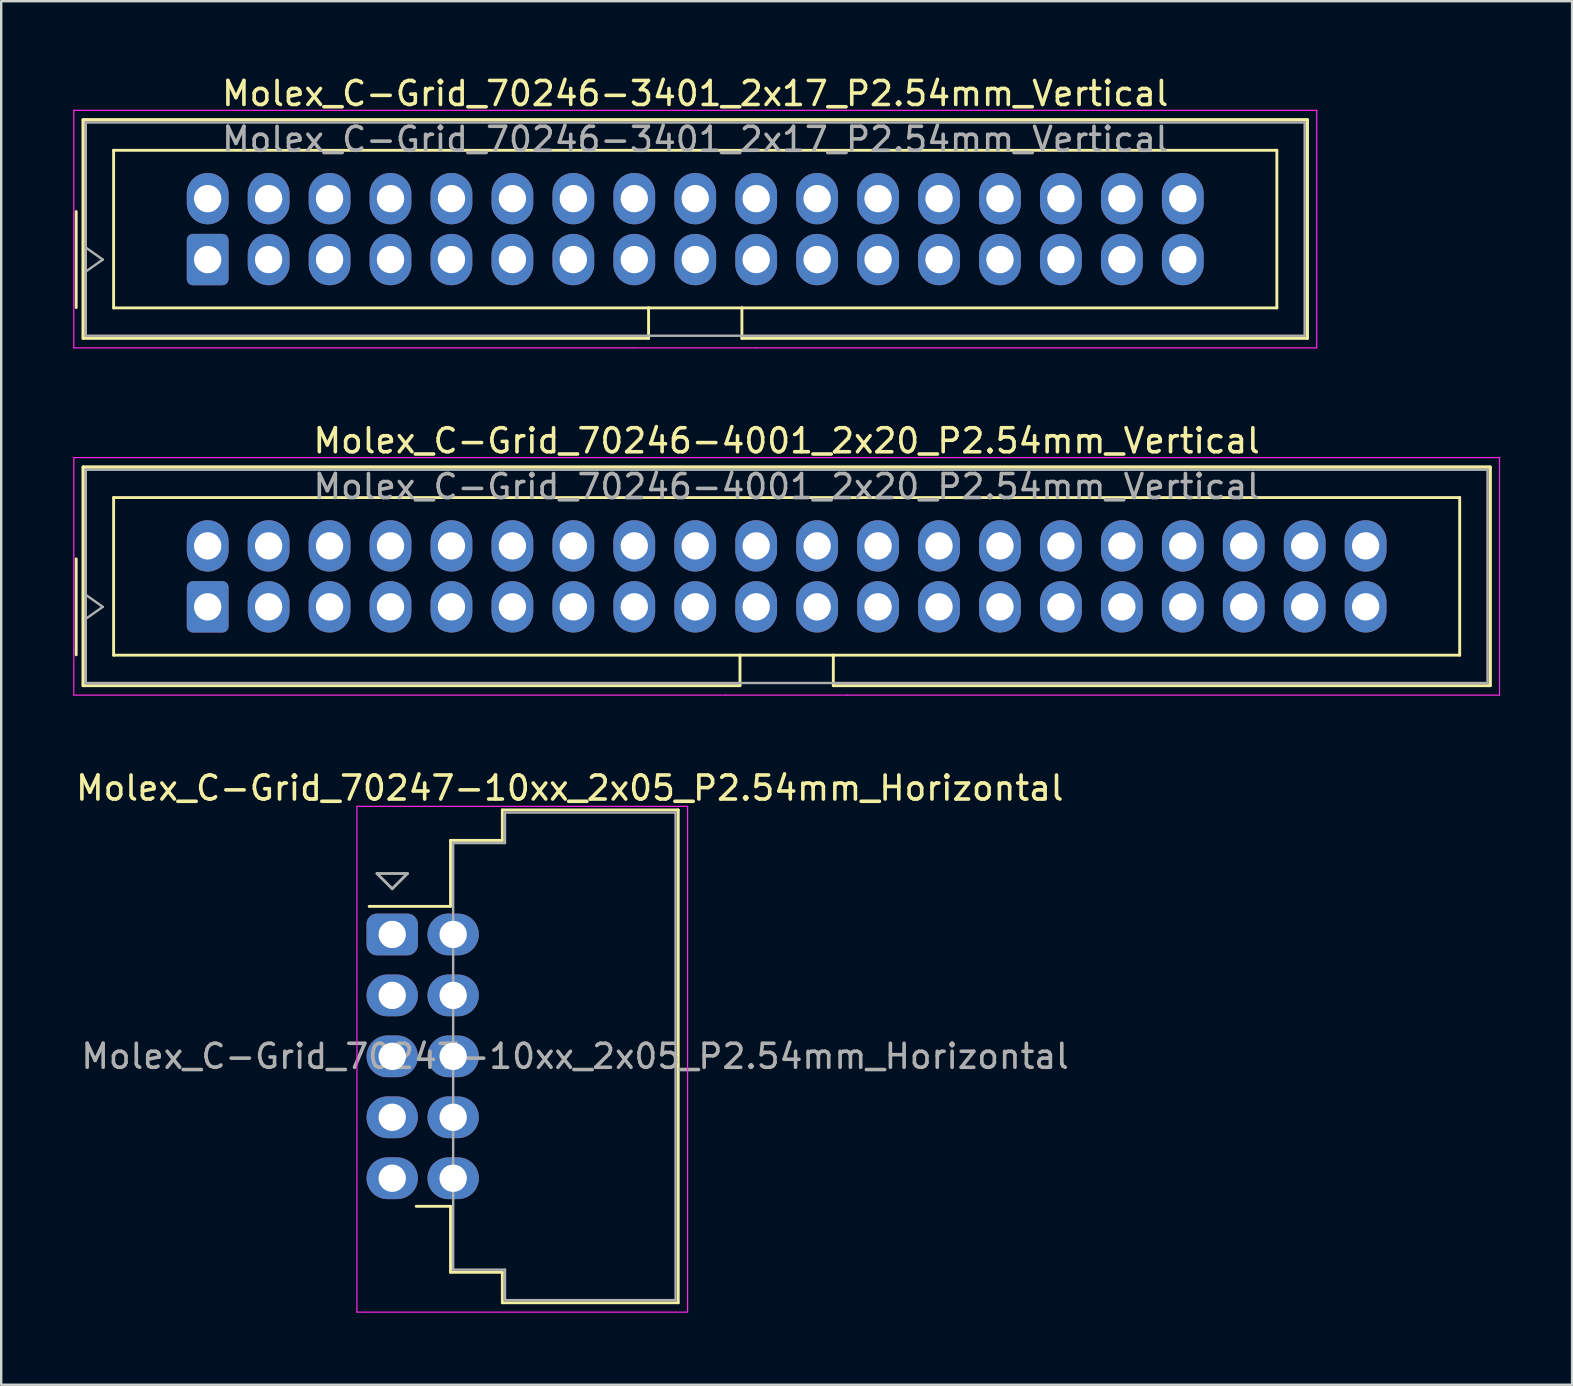
<source format=kicad_pcb>
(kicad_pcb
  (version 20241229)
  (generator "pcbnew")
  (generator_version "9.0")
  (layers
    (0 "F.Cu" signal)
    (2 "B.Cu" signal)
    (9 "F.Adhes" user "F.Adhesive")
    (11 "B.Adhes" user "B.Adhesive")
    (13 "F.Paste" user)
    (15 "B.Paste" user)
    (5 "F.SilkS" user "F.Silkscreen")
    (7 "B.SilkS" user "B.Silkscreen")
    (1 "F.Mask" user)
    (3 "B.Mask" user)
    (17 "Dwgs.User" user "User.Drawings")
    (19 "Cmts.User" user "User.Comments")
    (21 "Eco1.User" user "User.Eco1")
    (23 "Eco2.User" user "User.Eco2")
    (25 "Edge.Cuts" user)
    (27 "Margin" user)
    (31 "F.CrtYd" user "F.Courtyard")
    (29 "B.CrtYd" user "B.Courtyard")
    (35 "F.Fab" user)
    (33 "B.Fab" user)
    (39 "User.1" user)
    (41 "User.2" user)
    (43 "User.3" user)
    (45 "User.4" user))
  (footprint "Molex_C-Grid_70247-10xx_2x05_P2.54mm_Horizontal"
    (layer "F.Cu")
    (at 13.296 35.895)
    (property "Reference" "Molex_C-Grid_70247-10xx_2x05_P2.54mm_Horizontal" (at 7.4 -6.1 0) (layer "F.SilkS") (effects (font (size 1 1) (thickness 0.15))))
    (attr through_hole)
    (fp_line (start 2.43 -3.92) (end 2.43 -1.17) (stroke (width 0.12) (type solid)) (layer "F.SilkS"))
    (fp_line (start 2.43 -1.17) (end -0.96 -1.17) (stroke (width 0.12) (type solid)) (layer "F.SilkS"))
    (fp_line (start 2.43 11.33) (end 1 11.33) (stroke (width 0.12) (type solid)) (layer "F.SilkS"))
    (fp_line (start 2.43 14.08) (end 2.43 11.33) (stroke (width 0.12) (type solid)) (layer "F.SilkS"))
    (fp_line (start 4.59 -5.19) (end 4.59 -3.92) (stroke (width 0.12) (type solid)) (layer "F.SilkS"))
    (fp_line (start 4.59 -5.19) (end 11.92 -5.19) (stroke (width 0.12) (type solid)) (layer "F.SilkS"))
    (fp_line (start 4.59 -3.92) (end 2.43 -3.92) (stroke (width 0.12) (type solid)) (layer "F.SilkS"))
    (fp_line (start 4.59 14.08) (end 2.43 14.08) (stroke (width 0.12) (type solid)) (layer "F.SilkS"))
    (fp_line (start 4.59 15.35) (end 4.59 14.08) (stroke (width 0.12) (type solid)) (layer "F.SilkS"))
    (fp_line (start 11.92 -5.19) (end 11.92 15.35) (stroke (width 0.12) (type solid)) (layer "F.SilkS"))
    (fp_line (start 11.92 15.35) (end 4.59 15.35) (stroke (width 0.12) (type solid)) (layer "F.SilkS"))
    (fp_line (start -1.47 -5.34) (end 12.31 -5.34) (stroke (width 0.05) (type solid)) (layer "F.CrtYd"))
    (fp_line (start -1.47 15.74) (end -1.47 -5.34) (stroke (width 0.05) (type solid)) (layer "F.CrtYd"))
    (fp_line (start 12.31 -5.34) (end 12.31 15.74) (stroke (width 0.05) (type solid)) (layer "F.CrtYd"))
    (fp_line (start 12.31 15.74) (end -1.47 15.74) (stroke (width 0.05) (type solid)) (layer "F.CrtYd"))
    (fp_line (start -0.635 -2.54) (end 0.635 -2.54) (stroke (width 0.12) (type solid)) (layer "F.Fab"))
    (fp_line (start 0 -1.905) (end -0.635 -2.54) (stroke (width 0.12) (type solid)) (layer "F.Fab"))
    (fp_line (start 0.635 -2.54) (end 0 -1.905) (stroke (width 0.12) (type solid)) (layer "F.Fab"))
    (fp_line (start 2.54 -3.81) (end 2.54 13.97) (stroke (width 0.1) (type solid)) (layer "F.Fab"))
    (fp_line (start 4.7 -5.08) (end 4.7 -3.81) (stroke (width 0.1) (type solid)) (layer "F.Fab"))
    (fp_line (start 4.7 -3.81) (end 2.54 -3.81) (stroke (width 0.1) (type solid)) (layer "F.Fab"))
    (fp_line (start 4.7 13.97) (end 2.54 13.97) (stroke (width 0.1) (type solid)) (layer "F.Fab"))
    (fp_line (start 4.7 15.24) (end 4.7 13.97) (stroke (width 0.1) (type solid)) (layer "F.Fab"))
    (fp_line (start 4.7 15.24) (end 11.81 15.24) (stroke (width 0.1) (type solid)) (layer "F.Fab"))
    (fp_line (start 11.81 -5.08) (end 4.7 -5.08) (stroke (width 0.1) (type solid)) (layer "F.Fab"))
    (fp_line (start 11.81 15.24) (end 11.81 -5.08) (stroke (width 0.1) (type solid)) (layer "F.Fab"))
    (fp_text user "${REFERENCE}" (at 7.62 5.08 0) (layer "F.Fab") (effects (font (size 1 1) (thickness 0.15))))
    (pad "1" thru_hole roundrect (at 0 0) (size 2.14 1.74) (drill 1.14) (layers "*.Cu" "*.Mask") (roundrect_rratio 0.25))
    (pad "2" thru_hole oval (at 2.54 0) (size 2.14 1.74) (drill 1.14) (layers "*.Cu" "*.Mask"))
    (pad "3" thru_hole oval (at 0 2.54) (size 2.14 1.74) (drill 1.14) (layers "*.Cu" "*.Mask"))
    (pad "4" thru_hole oval (at 2.54 2.54) (size 2.14 1.74) (drill 1.14) (layers "*.Cu" "*.Mask"))
    (pad "5" thru_hole oval (at 0 5.08) (size 2.14 1.74) (drill 1.14) (layers "*.Cu" "*.Mask"))
    (pad "6" thru_hole oval (at 2.54 5.08) (size 2.14 1.74) (drill 1.14) (layers "*.Cu" "*.Mask"))
    (pad "7" thru_hole oval (at 0 7.62) (size 2.14 1.74) (drill 1.14) (layers "*.Cu" "*.Mask"))
    (pad "8" thru_hole oval (at 2.54 7.62) (size 2.14 1.74) (drill 1.14) (layers "*.Cu" "*.Mask"))
    (pad "9" thru_hole oval (at 0 10.16) (size 2.14 1.74) (drill 1.14) (layers "*.Cu" "*.Mask"))
    (pad "10" thru_hole oval (at 2.54 10.16) (size 2.14 1.74) (drill 1.14) (layers "*.Cu" "*.Mask")))
  (footprint "Molex_C-Grid_70246-4001_2x20_P2.54mm_Vertical"
    (layer "F.Cu")
    (at 5.605 22.241)
    (property "Reference" "Molex_C-Grid_70246-4001_2x20_P2.54mm_Vertical" (at 24.13 -6.92 0) (layer "F.SilkS") (effects (font (size 1 1) (thickness 0.15))))
    (attr through_hole)
    (fp_line (start -5.48 -2) (end -5.48 2) (stroke (width 0.12) (type solid)) (layer "F.SilkS"))
    (fp_line (start -5.19 -5.825) (end 53.45 -5.825) (stroke (width 0.12) (type solid)) (layer "F.SilkS"))
    (fp_line (start -5.19 -5.825) (end 53.45 -5.825) (stroke (width 0.12) (type solid)) (layer "F.SilkS"))
    (fp_line (start -5.19 3.285) (end -5.19 -5.825) (stroke (width 0.12) (type solid)) (layer "F.SilkS"))
    (fp_line (start -5.19 3.285) (end -5.19 -5.825) (stroke (width 0.12) (type solid)) (layer "F.SilkS"))
    (fp_line (start -3.92 -4.555) (end -3.92 2.015) (stroke (width 0.12) (type solid)) (layer "F.SilkS"))
    (fp_line (start -3.92 2.015) (end 22.185 2.015) (stroke (width 0.12) (type solid)) (layer "F.SilkS"))
    (fp_line (start 22.185 2.015) (end 22.185 3.285) (stroke (width 0.12) (type solid)) (layer "F.SilkS"))
    (fp_line (start 22.185 2.015) (end 26.075 2.015) (stroke (width 0.12) (type solid)) (layer "F.SilkS"))
    (fp_line (start 22.185 3.285) (end -5.19 3.285) (stroke (width 0.12) (type solid)) (layer "F.SilkS"))
    (fp_line (start 26.075 2.015) (end 52.18 2.015) (stroke (width 0.12) (type solid)) (layer "F.SilkS"))
    (fp_line (start 26.075 3.285) (end 26.075 2.015) (stroke (width 0.12) (type solid)) (layer "F.SilkS"))
    (fp_line (start 52.18 -4.555) (end -3.92 -4.555) (stroke (width 0.12) (type solid)) (layer "F.SilkS"))
    (fp_line (start 52.18 2.015) (end 52.18 -4.555) (stroke (width 0.12) (type solid)) (layer "F.SilkS"))
    (fp_line (start 53.45 -5.825) (end 53.45 3.285) (stroke (width 0.12) (type solid)) (layer "F.SilkS"))
    (fp_line (start 53.45 -5.825) (end 53.45 3.285) (stroke (width 0.12) (type solid)) (layer "F.SilkS"))
    (fp_line (start 53.45 3.285) (end 26.075 3.285) (stroke (width 0.12) (type solid)) (layer "F.SilkS"))
    (fp_line (start -5.58 -6.22) (end -5.58 3.68) (stroke (width 0.05) (type solid)) (layer "F.CrtYd"))
    (fp_line (start -5.58 3.68) (end 21.58 3.68) (stroke (width 0.05) (type solid)) (layer "F.CrtYd"))
    (fp_line (start 21.58 3.68) (end 26.68 3.68) (stroke (width 0.05) (type solid)) (layer "F.CrtYd"))
    (fp_line (start 26.68 3.68) (end 53.84 3.68) (stroke (width 0.05) (type solid)) (layer "F.CrtYd"))
    (fp_line (start 53.84 -6.22) (end -5.58 -6.22) (stroke (width 0.05) (type solid)) (layer "F.CrtYd"))
    (fp_line (start 53.84 3.68) (end 53.84 -6.22) (stroke (width 0.05) (type solid)) (layer "F.CrtYd"))
    (fp_line (start -5.08 -5.715) (end -5.08 3.175) (stroke (width 0.1) (type solid)) (layer "F.Fab"))
    (fp_line (start -5.08 -0.5) (end -4.373 0) (stroke (width 0.1) (type solid)) (layer "F.Fab"))
    (fp_line (start -5.08 3.175) (end 53.34 3.175) (stroke (width 0.1) (type solid)) (layer "F.Fab"))
    (fp_line (start -4.373 0) (end -5.08 0.5) (stroke (width 0.1) (type solid)) (layer "F.Fab"))
    (fp_line (start 53.34 -5.715) (end -5.08 -5.715) (stroke (width 0.1) (type solid)) (layer "F.Fab"))
    (fp_line (start 53.34 3.175) (end 53.34 -5.715) (stroke (width 0.1) (type solid)) (layer "F.Fab"))
    (fp_text user "${REFERENCE}" (at 24.13 -5.01 0) (layer "F.Fab") (effects (font (size 1 1) (thickness 0.15))))
    (pad "1" thru_hole roundrect (at 0 0) (size 1.74 2.14) (drill 1.14) (layers "*.Cu" "*.Mask") (roundrect_rratio 0.144))
    (pad "2" thru_hole oval (at 0 -2.54) (size 1.74 2.14) (drill 1.14) (layers "*.Cu" "*.Mask"))
    (pad "3" thru_hole oval (at 2.54 0) (size 1.74 2.14) (drill 1.14) (layers "*.Cu" "*.Mask"))
    (pad "4" thru_hole oval (at 2.54 -2.54) (size 1.74 2.14) (drill 1.14) (layers "*.Cu" "*.Mask"))
    (pad "5" thru_hole oval (at 5.08 0) (size 1.74 2.14) (drill 1.14) (layers "*.Cu" "*.Mask"))
    (pad "6" thru_hole oval (at 5.08 -2.54) (size 1.74 2.14) (drill 1.14) (layers "*.Cu" "*.Mask"))
    (pad "7" thru_hole oval (at 7.62 0) (size 1.74 2.14) (drill 1.14) (layers "*.Cu" "*.Mask"))
    (pad "8" thru_hole oval (at 7.62 -2.54) (size 1.74 2.14) (drill 1.14) (layers "*.Cu" "*.Mask"))
    (pad "9" thru_hole oval (at 10.16 0) (size 1.74 2.14) (drill 1.14) (layers "*.Cu" "*.Mask"))
    (pad "10" thru_hole oval (at 10.16 -2.54) (size 1.74 2.14) (drill 1.14) (layers "*.Cu" "*.Mask"))
    (pad "11" thru_hole oval (at 12.7 0) (size 1.74 2.14) (drill 1.14) (layers "*.Cu" "*.Mask"))
    (pad "12" thru_hole oval (at 12.7 -2.54) (size 1.74 2.14) (drill 1.14) (layers "*.Cu" "*.Mask"))
    (pad "13" thru_hole oval (at 15.24 0) (size 1.74 2.14) (drill 1.14) (layers "*.Cu" "*.Mask"))
    (pad "14" thru_hole oval (at 15.24 -2.54) (size 1.74 2.14) (drill 1.14) (layers "*.Cu" "*.Mask"))
    (pad "15" thru_hole oval (at 17.78 0) (size 1.74 2.14) (drill 1.14) (layers "*.Cu" "*.Mask"))
    (pad "16" thru_hole oval (at 17.78 -2.54) (size 1.74 2.14) (drill 1.14) (layers "*.Cu" "*.Mask"))
    (pad "17" thru_hole oval (at 20.32 0) (size 1.74 2.14) (drill 1.14) (layers "*.Cu" "*.Mask"))
    (pad "18" thru_hole oval (at 20.32 -2.54) (size 1.74 2.14) (drill 1.14) (layers "*.Cu" "*.Mask"))
    (pad "19" thru_hole oval (at 22.86 0) (size 1.74 2.14) (drill 1.14) (layers "*.Cu" "*.Mask"))
    (pad "20" thru_hole oval (at 22.86 -2.54) (size 1.74 2.14) (drill 1.14) (layers "*.Cu" "*.Mask"))
    (pad "21" thru_hole oval (at 25.4 0) (size 1.74 2.14) (drill 1.14) (layers "*.Cu" "*.Mask"))
    (pad "22" thru_hole oval (at 25.4 -2.54) (size 1.74 2.14) (drill 1.14) (layers "*.Cu" "*.Mask"))
    (pad "23" thru_hole oval (at 27.94 0) (size 1.74 2.14) (drill 1.14) (layers "*.Cu" "*.Mask"))
    (pad "24" thru_hole oval (at 27.94 -2.54) (size 1.74 2.14) (drill 1.14) (layers "*.Cu" "*.Mask"))
    (pad "25" thru_hole oval (at 30.48 0) (size 1.74 2.14) (drill 1.14) (layers "*.Cu" "*.Mask"))
    (pad "26" thru_hole oval (at 30.48 -2.54) (size 1.74 2.14) (drill 1.14) (layers "*.Cu" "*.Mask"))
    (pad "27" thru_hole oval (at 33.02 0) (size 1.74 2.14) (drill 1.14) (layers "*.Cu" "*.Mask"))
    (pad "28" thru_hole oval (at 33.02 -2.54) (size 1.74 2.14) (drill 1.14) (layers "*.Cu" "*.Mask"))
    (pad "29" thru_hole oval (at 35.56 0) (size 1.74 2.14) (drill 1.14) (layers "*.Cu" "*.Mask"))
    (pad "30" thru_hole oval (at 35.56 -2.54) (size 1.74 2.14) (drill 1.14) (layers "*.Cu" "*.Mask"))
    (pad "31" thru_hole oval (at 38.1 0) (size 1.74 2.14) (drill 1.14) (layers "*.Cu" "*.Mask"))
    (pad "32" thru_hole oval (at 38.1 -2.54) (size 1.74 2.14) (drill 1.14) (layers "*.Cu" "*.Mask"))
    (pad "33" thru_hole oval (at 40.64 0) (size 1.74 2.14) (drill 1.14) (layers "*.Cu" "*.Mask"))
    (pad "34" thru_hole oval (at 40.64 -2.54) (size 1.74 2.14) (drill 1.14) (layers "*.Cu" "*.Mask"))
    (pad "35" thru_hole oval (at 43.18 0) (size 1.74 2.14) (drill 1.14) (layers "*.Cu" "*.Mask"))
    (pad "36" thru_hole oval (at 43.18 -2.54) (size 1.74 2.14) (drill 1.14) (layers "*.Cu" "*.Mask"))
    (pad "37" thru_hole oval (at 45.72 0) (size 1.74 2.14) (drill 1.14) (layers "*.Cu" "*.Mask"))
    (pad "38" thru_hole oval (at 45.72 -2.54) (size 1.74 2.14) (drill 1.14) (layers "*.Cu" "*.Mask"))
    (pad "39" thru_hole oval (at 48.26 0) (size 1.74 2.14) (drill 1.14) (layers "*.Cu" "*.Mask"))
    (pad "40" thru_hole oval (at 48.26 -2.54) (size 1.74 2.14) (drill 1.14) (layers "*.Cu" "*.Mask")))
  (footprint "Molex_C-Grid_70246-3401_2x17_P2.54mm_Vertical"
    (layer "F.Cu")
    (at 5.605 7.768)
    (property "Reference" "Molex_C-Grid_70246-3401_2x17_P2.54mm_Vertical" (at 20.32 -6.92 0) (layer "F.SilkS") (effects (font (size 1 1) (thickness 0.15))))
    (attr through_hole)
    (fp_line (start -5.48 -2) (end -5.48 2) (stroke (width 0.12) (type solid)) (layer "F.SilkS"))
    (fp_line (start -5.19 -5.825) (end 45.83 -5.825) (stroke (width 0.12) (type solid)) (layer "F.SilkS"))
    (fp_line (start -5.19 -5.825) (end 45.83 -5.825) (stroke (width 0.12) (type solid)) (layer "F.SilkS"))
    (fp_line (start -5.19 3.285) (end -5.19 -5.825) (stroke (width 0.12) (type solid)) (layer "F.SilkS"))
    (fp_line (start -5.19 3.285) (end -5.19 -5.825) (stroke (width 0.12) (type solid)) (layer "F.SilkS"))
    (fp_line (start -3.92 -4.555) (end -3.92 2.015) (stroke (width 0.12) (type solid)) (layer "F.SilkS"))
    (fp_line (start -3.92 2.015) (end 18.375 2.015) (stroke (width 0.12) (type solid)) (layer "F.SilkS"))
    (fp_line (start 18.375 2.015) (end 18.375 3.285) (stroke (width 0.12) (type solid)) (layer "F.SilkS"))
    (fp_line (start 18.375 2.015) (end 22.265 2.015) (stroke (width 0.12) (type solid)) (layer "F.SilkS"))
    (fp_line (start 18.375 3.285) (end -5.19 3.285) (stroke (width 0.12) (type solid)) (layer "F.SilkS"))
    (fp_line (start 22.265 2.015) (end 44.56 2.015) (stroke (width 0.12) (type solid)) (layer "F.SilkS"))
    (fp_line (start 22.265 3.285) (end 22.265 2.015) (stroke (width 0.12) (type solid)) (layer "F.SilkS"))
    (fp_line (start 44.56 -4.555) (end -3.92 -4.555) (stroke (width 0.12) (type solid)) (layer "F.SilkS"))
    (fp_line (start 44.56 2.015) (end 44.56 -4.555) (stroke (width 0.12) (type solid)) (layer "F.SilkS"))
    (fp_line (start 45.83 -5.825) (end 45.83 3.285) (stroke (width 0.12) (type solid)) (layer "F.SilkS"))
    (fp_line (start 45.83 -5.825) (end 45.83 3.285) (stroke (width 0.12) (type solid)) (layer "F.SilkS"))
    (fp_line (start 45.83 3.285) (end 22.265 3.285) (stroke (width 0.12) (type solid)) (layer "F.SilkS"))
    (fp_line (start -5.58 -6.22) (end -5.58 3.68) (stroke (width 0.05) (type solid)) (layer "F.CrtYd"))
    (fp_line (start -5.58 3.68) (end 17.76 3.68) (stroke (width 0.05) (type solid)) (layer "F.CrtYd"))
    (fp_line (start 17.76 3.68) (end 22.88 3.68) (stroke (width 0.05) (type solid)) (layer "F.CrtYd"))
    (fp_line (start 22.88 3.68) (end 46.22 3.68) (stroke (width 0.05) (type solid)) (layer "F.CrtYd"))
    (fp_line (start 46.22 -6.22) (end -5.58 -6.22) (stroke (width 0.05) (type solid)) (layer "F.CrtYd"))
    (fp_line (start 46.22 3.68) (end 46.22 -6.22) (stroke (width 0.05) (type solid)) (layer "F.CrtYd"))
    (fp_line (start -5.08 -5.715) (end -5.08 3.175) (stroke (width 0.1) (type solid)) (layer "F.Fab"))
    (fp_line (start -5.08 -0.5) (end -4.373 0) (stroke (width 0.1) (type solid)) (layer "F.Fab"))
    (fp_line (start -5.08 3.175) (end 45.72 3.175) (stroke (width 0.1) (type solid)) (layer "F.Fab"))
    (fp_line (start -4.373 0) (end -5.08 0.5) (stroke (width 0.1) (type solid)) (layer "F.Fab"))
    (fp_line (start 45.72 -5.715) (end -5.08 -5.715) (stroke (width 0.1) (type solid)) (layer "F.Fab"))
    (fp_line (start 45.72 3.175) (end 45.72 -5.715) (stroke (width 0.1) (type solid)) (layer "F.Fab"))
    (fp_text user "${REFERENCE}" (at 20.32 -5.01 0) (layer "F.Fab") (effects (font (size 1 1) (thickness 0.15))))
    (pad "1" thru_hole roundrect (at 0 0) (size 1.74 2.14) (drill 1.14) (layers "*.Cu" "*.Mask") (roundrect_rratio 0.144))
    (pad "2" thru_hole oval (at 0 -2.54) (size 1.74 2.14) (drill 1.14) (layers "*.Cu" "*.Mask"))
    (pad "3" thru_hole oval (at 2.54 0) (size 1.74 2.14) (drill 1.14) (layers "*.Cu" "*.Mask"))
    (pad "4" thru_hole oval (at 2.54 -2.54) (size 1.74 2.14) (drill 1.14) (layers "*.Cu" "*.Mask"))
    (pad "5" thru_hole oval (at 5.08 0) (size 1.74 2.14) (drill 1.14) (layers "*.Cu" "*.Mask"))
    (pad "6" thru_hole oval (at 5.08 -2.54) (size 1.74 2.14) (drill 1.14) (layers "*.Cu" "*.Mask"))
    (pad "7" thru_hole oval (at 7.62 0) (size 1.74 2.14) (drill 1.14) (layers "*.Cu" "*.Mask"))
    (pad "8" thru_hole oval (at 7.62 -2.54) (size 1.74 2.14) (drill 1.14) (layers "*.Cu" "*.Mask"))
    (pad "9" thru_hole oval (at 10.16 0) (size 1.74 2.14) (drill 1.14) (layers "*.Cu" "*.Mask"))
    (pad "10" thru_hole oval (at 10.16 -2.54) (size 1.74 2.14) (drill 1.14) (layers "*.Cu" "*.Mask"))
    (pad "11" thru_hole oval (at 12.7 0) (size 1.74 2.14) (drill 1.14) (layers "*.Cu" "*.Mask"))
    (pad "12" thru_hole oval (at 12.7 -2.54) (size 1.74 2.14) (drill 1.14) (layers "*.Cu" "*.Mask"))
    (pad "13" thru_hole oval (at 15.24 0) (size 1.74 2.14) (drill 1.14) (layers "*.Cu" "*.Mask"))
    (pad "14" thru_hole oval (at 15.24 -2.54) (size 1.74 2.14) (drill 1.14) (layers "*.Cu" "*.Mask"))
    (pad "15" thru_hole oval (at 17.78 0) (size 1.74 2.14) (drill 1.14) (layers "*.Cu" "*.Mask"))
    (pad "16" thru_hole oval (at 17.78 -2.54) (size 1.74 2.14) (drill 1.14) (layers "*.Cu" "*.Mask"))
    (pad "17" thru_hole oval (at 20.32 0) (size 1.74 2.14) (drill 1.14) (layers "*.Cu" "*.Mask"))
    (pad "18" thru_hole oval (at 20.32 -2.54) (size 1.74 2.14) (drill 1.14) (layers "*.Cu" "*.Mask"))
    (pad "19" thru_hole oval (at 22.86 0) (size 1.74 2.14) (drill 1.14) (layers "*.Cu" "*.Mask"))
    (pad "20" thru_hole oval (at 22.86 -2.54) (size 1.74 2.14) (drill 1.14) (layers "*.Cu" "*.Mask"))
    (pad "21" thru_hole oval (at 25.4 0) (size 1.74 2.14) (drill 1.14) (layers "*.Cu" "*.Mask"))
    (pad "22" thru_hole oval (at 25.4 -2.54) (size 1.74 2.14) (drill 1.14) (layers "*.Cu" "*.Mask"))
    (pad "23" thru_hole oval (at 27.94 0) (size 1.74 2.14) (drill 1.14) (layers "*.Cu" "*.Mask"))
    (pad "24" thru_hole oval (at 27.94 -2.54) (size 1.74 2.14) (drill 1.14) (layers "*.Cu" "*.Mask"))
    (pad "25" thru_hole oval (at 30.48 0) (size 1.74 2.14) (drill 1.14) (layers "*.Cu" "*.Mask"))
    (pad "26" thru_hole oval (at 30.48 -2.54) (size 1.74 2.14) (drill 1.14) (layers "*.Cu" "*.Mask"))
    (pad "27" thru_hole oval (at 33.02 0) (size 1.74 2.14) (drill 1.14) (layers "*.Cu" "*.Mask"))
    (pad "28" thru_hole oval (at 33.02 -2.54) (size 1.74 2.14) (drill 1.14) (layers "*.Cu" "*.Mask"))
    (pad "29" thru_hole oval (at 35.56 0) (size 1.74 2.14) (drill 1.14) (layers "*.Cu" "*.Mask"))
    (pad "30" thru_hole oval (at 35.56 -2.54) (size 1.74 2.14) (drill 1.14) (layers "*.Cu" "*.Mask"))
    (pad "31" thru_hole oval (at 38.1 0) (size 1.74 2.14) (drill 1.14) (layers "*.Cu" "*.Mask"))
    (pad "32" thru_hole oval (at 38.1 -2.54) (size 1.74 2.14) (drill 1.14) (layers "*.Cu" "*.Mask"))
    (pad "33" thru_hole oval (at 40.64 0) (size 1.74 2.14) (drill 1.14) (layers "*.Cu" "*.Mask"))
    (pad "34" thru_hole oval (at 40.64 -2.54) (size 1.74 2.14) (drill 1.14) (layers "*.Cu" "*.Mask")))
  (gr_rect
    (start -3 -3)
    (end 62.47 54.66)
    (stroke (width 0.1) (type default))
    (fill no)
    (layer "Edge.Cuts")))
</source>
